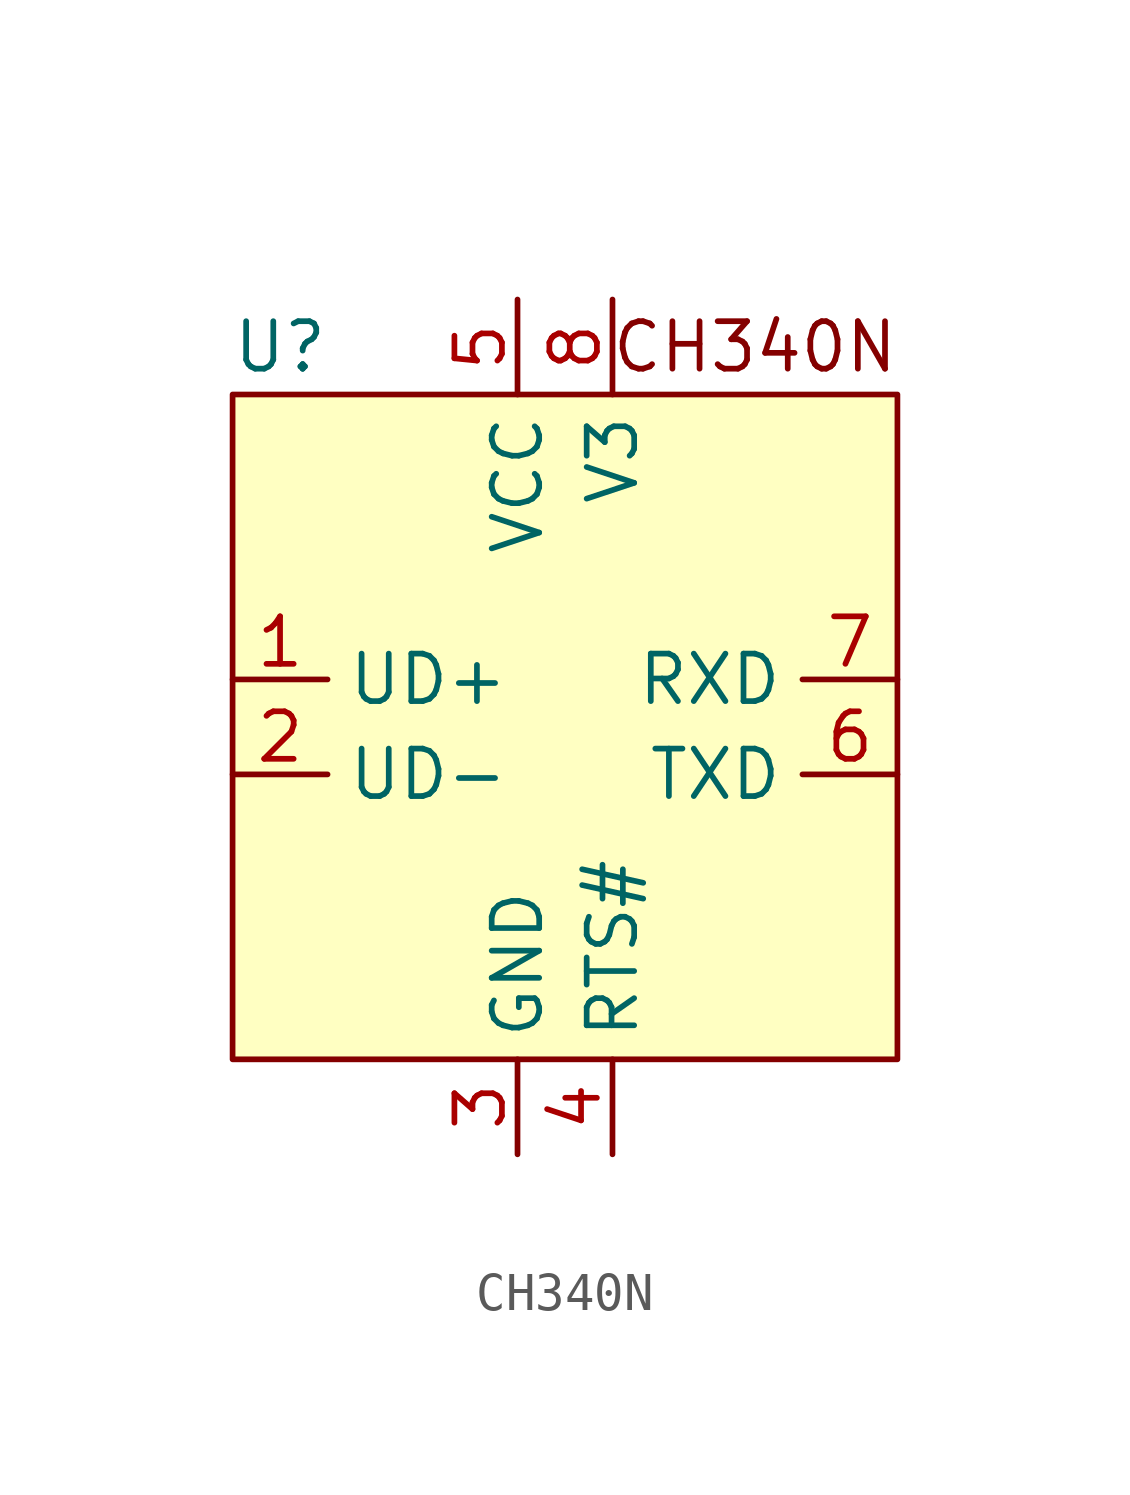
<source format=kicad_sym>
(kicad_symbol_lib
  (version 20220914)
  (generator kicad_symbol_editor)
  (symbol "CH340N"
    (property "Reference" "U"
      (at -7.62 10.16 0)
      (effects (font (size 1.27 1.27))))
    (property "Value" ""
      (at 0 12.7 0)
      (effects (font (size 1.27 1.27))))
    (symbol "CH340N_1_1"
      (rectangle (start -8.89 8.89) (end 8.89 -8.89) (stroke (width 0) (type default)) (fill (type background)))
      (text "CH340N" (at 5.08 10.16 0) (effects (font (size 1.27 1.27))))
      (pin bidirectional line (at -8.89 1.27 0) (length 2.54) (name "UD+" (effects (font (size 1.27 1.27)))) (number "1" (effects (font (size 1.27 1.27)))))
      (pin bidirectional line (at -8.89 -1.27 0) (length 2.54) (name "UD-" (effects (font (size 1.27 1.27)))) (number "2" (effects (font (size 1.27 1.27)))))
      (pin input line (at -1.27 -11.43 90) (length 2.54) (name "GND" (effects (font (size 1.27 1.27)))) (number "3" (effects (font (size 1.27 1.27)))))
      (pin output line (at 1.27 -11.43 90) (length 2.54) (name "RTS#" (effects (font (size 1.27 1.27)))) (number "4" (effects (font (size 1.27 1.27)))))
      (pin input line (at -1.27 11.43 270) (length 2.54) (name "VCC" (effects (font (size 1.27 1.27)))) (number "5" (effects (font (size 1.27 1.27)))))
      (pin output line (at 8.89 -1.27 180) (length 2.54) (name "TXD" (effects (font (size 1.27 1.27)))) (number "6" (effects (font (size 1.27 1.27)))))
      (pin input line (at 8.89 1.27 180) (length 2.54) (name "RXD" (effects (font (size 1.27 1.27)))) (number "7" (effects (font (size 1.27 1.27)))))
      (pin input line (at 1.27 11.43 270) (length 2.54) (name "V3" (effects (font (size 1.27 1.27)))) (number "8" (effects (font (size 1.27 1.27))))))))
</source>
